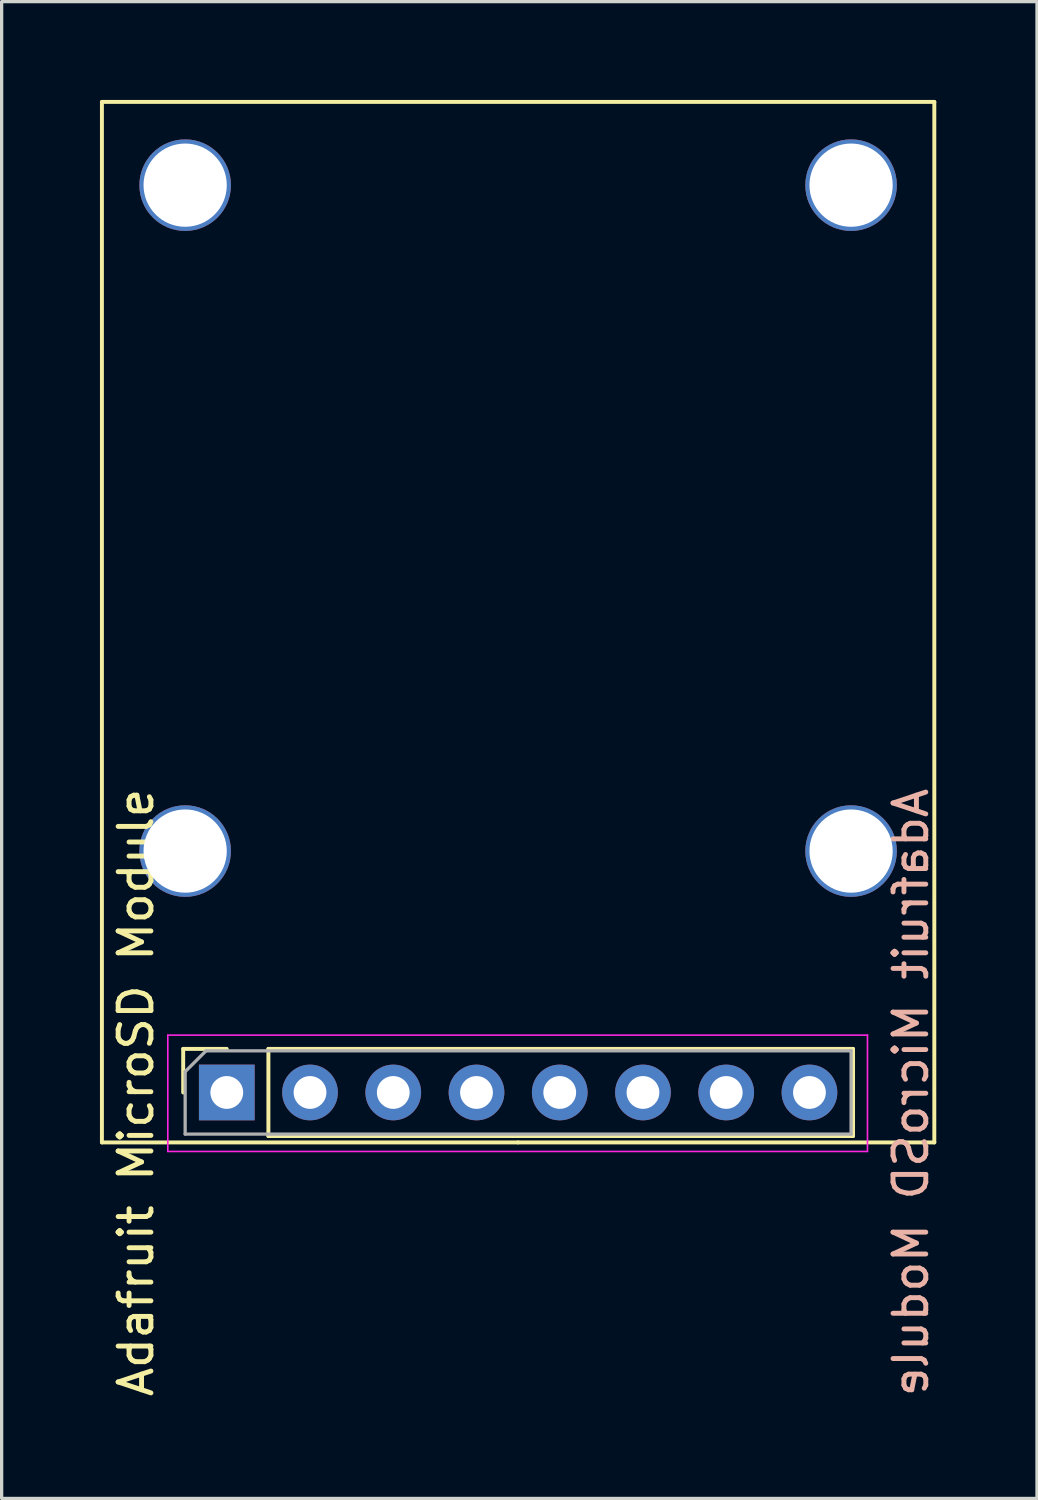
<source format=kicad_pcb>
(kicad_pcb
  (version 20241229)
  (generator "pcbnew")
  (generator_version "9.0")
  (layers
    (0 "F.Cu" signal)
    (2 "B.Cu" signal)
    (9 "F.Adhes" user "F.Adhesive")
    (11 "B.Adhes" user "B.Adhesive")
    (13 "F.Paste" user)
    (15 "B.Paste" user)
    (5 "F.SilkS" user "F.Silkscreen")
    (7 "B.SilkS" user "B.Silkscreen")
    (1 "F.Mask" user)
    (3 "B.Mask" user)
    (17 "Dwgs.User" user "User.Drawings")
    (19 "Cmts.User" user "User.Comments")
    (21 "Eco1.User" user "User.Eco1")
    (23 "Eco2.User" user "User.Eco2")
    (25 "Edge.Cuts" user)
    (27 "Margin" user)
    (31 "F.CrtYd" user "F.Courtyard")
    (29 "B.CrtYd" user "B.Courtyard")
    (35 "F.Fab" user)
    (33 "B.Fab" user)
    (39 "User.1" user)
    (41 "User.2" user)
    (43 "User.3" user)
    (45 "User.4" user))
  (footprint "Adafruit MicroSD Module"
    (layer "F.Cu")
    (at 3.87 30.286)
    (property "Reference" "Adafruit MicroSD Module" (at -2.77 0 90) (layer "F.SilkS") (effects (font (size 1 1) (thickness 0.15))))
    (attr through_hole)
    (fp_line (start -3.81 -30.226) (end 21.59 -30.226) (stroke (width 0.12) (type solid)) (layer "F.SilkS"))
    (fp_line (start -3.81 1.524) (end -3.81 -30.226) (stroke (width 0.12) (type solid)) (layer "F.SilkS"))
    (fp_line (start -1.33 -1.33) (end 0 -1.33) (stroke (width 0.12) (type solid)) (layer "F.SilkS"))
    (fp_line (start -1.33 0) (end -1.33 -1.33) (stroke (width 0.12) (type solid)) (layer "F.SilkS"))
    (fp_line (start 1.27 -1.33) (end 19.11 -1.33) (stroke (width 0.12) (type solid)) (layer "F.SilkS"))
    (fp_line (start 1.27 1.33) (end 1.27 -1.33) (stroke (width 0.12) (type solid)) (layer "F.SilkS"))
    (fp_line (start 1.27 1.33) (end 19.11 1.33) (stroke (width 0.12) (type solid)) (layer "F.SilkS"))
    (fp_line (start 8.89 1.524) (end -3.81 1.524) (stroke (width 0.12) (type solid)) (layer "F.SilkS"))
    (fp_line (start 19.11 1.33) (end 19.11 -1.33) (stroke (width 0.12) (type solid)) (layer "F.SilkS"))
    (fp_line (start 21.59 -30.226) (end 21.59 1.524) (stroke (width 0.12) (type solid)) (layer "F.SilkS"))
    (fp_line (start 21.59 1.524) (end 8.89 1.524) (stroke (width 0.12) (type solid)) (layer "F.SilkS"))
    (fp_line (start -1.8 -1.75) (end 19.55 -1.75) (stroke (width 0.05) (type solid)) (layer "F.CrtYd"))
    (fp_line (start -1.8 1.8) (end -1.8 -1.75) (stroke (width 0.05) (type solid)) (layer "F.CrtYd"))
    (fp_line (start 19.55 -1.75) (end 19.55 1.8) (stroke (width 0.05) (type solid)) (layer "F.CrtYd"))
    (fp_line (start 19.55 1.8) (end -1.8 1.8) (stroke (width 0.05) (type solid)) (layer "F.CrtYd"))
    (fp_line (start -1.27 -0.635) (end -0.635 -1.27) (stroke (width 0.1) (type solid)) (layer "F.Fab"))
    (fp_line (start -1.27 1.27) (end -1.27 -0.635) (stroke (width 0.1) (type solid)) (layer "F.Fab"))
    (fp_line (start -0.635 -1.27) (end 19.05 -1.27) (stroke (width 0.1) (type solid)) (layer "F.Fab"))
    (fp_line (start 19.05 -1.27) (end 19.05 1.27) (stroke (width 0.1) (type solid)) (layer "F.Fab"))
    (fp_line (start 19.05 1.27) (end -1.27 1.27) (stroke (width 0.1) (type solid)) (layer "F.Fab"))
    (fp_text user "${REFERENCE}" (at 20.875 0 270) (layer "B.SilkS") (effects (font (size 1 1) (thickness 0.15)) (justify mirror)))
    (pad "1" thru_hole rect (at 0 0 90) (size 1.7 1.7) (drill 1) (layers "*.Cu" "*.Mask"))
    (pad "2" thru_hole oval (at 2.54 0 90) (size 1.7 1.7) (drill 1) (layers "*.Cu" "*.Mask"))
    (pad "3" thru_hole oval (at 5.08 0 90) (size 1.7 1.7) (drill 1) (layers "*.Cu" "*.Mask"))
    (pad "4" thru_hole oval (at 7.62 0 90) (size 1.7 1.7) (drill 1) (layers "*.Cu" "*.Mask"))
    (pad "5" thru_hole oval (at 10.16 0 90) (size 1.7 1.7) (drill 1) (layers "*.Cu" "*.Mask"))
    (pad "6" thru_hole oval (at 12.7 0 90) (size 1.7 1.7) (drill 1) (layers "*.Cu" "*.Mask"))
    (pad "7" thru_hole oval (at 15.24 0 90) (size 1.7 1.7) (drill 1) (layers "*.Cu" "*.Mask"))
    (pad "8" thru_hole oval (at 17.78 0 90) (size 1.7 1.7) (drill 1) (layers "*.Cu" "*.Mask"))
    (pad "9" thru_hole circle (at -1.27 -27.686) (size 2.794 2.794) (drill 2.54) (layers "*.Cu" "*.Mask"))
    (pad "10" thru_hole circle (at 19.05 -27.686) (size 2.794 2.794) (drill 2.54) (layers "*.Cu" "*.Mask"))
    (pad "11" thru_hole circle (at 19.05 -7.366) (size 2.794 2.794) (drill 2.54) (layers "*.Cu" "*.Mask"))
    (pad "12" thru_hole circle (at -1.27 -7.366) (size 2.794 2.794) (drill 2.54) (layers "*.Cu" "*.Mask")))
  (gr_rect
    (start -3 -3)
    (end 28.593 42.673)
    (stroke (width 0.1) (type default))
    (fill no)
    (layer "Edge.Cuts")))
</source>
